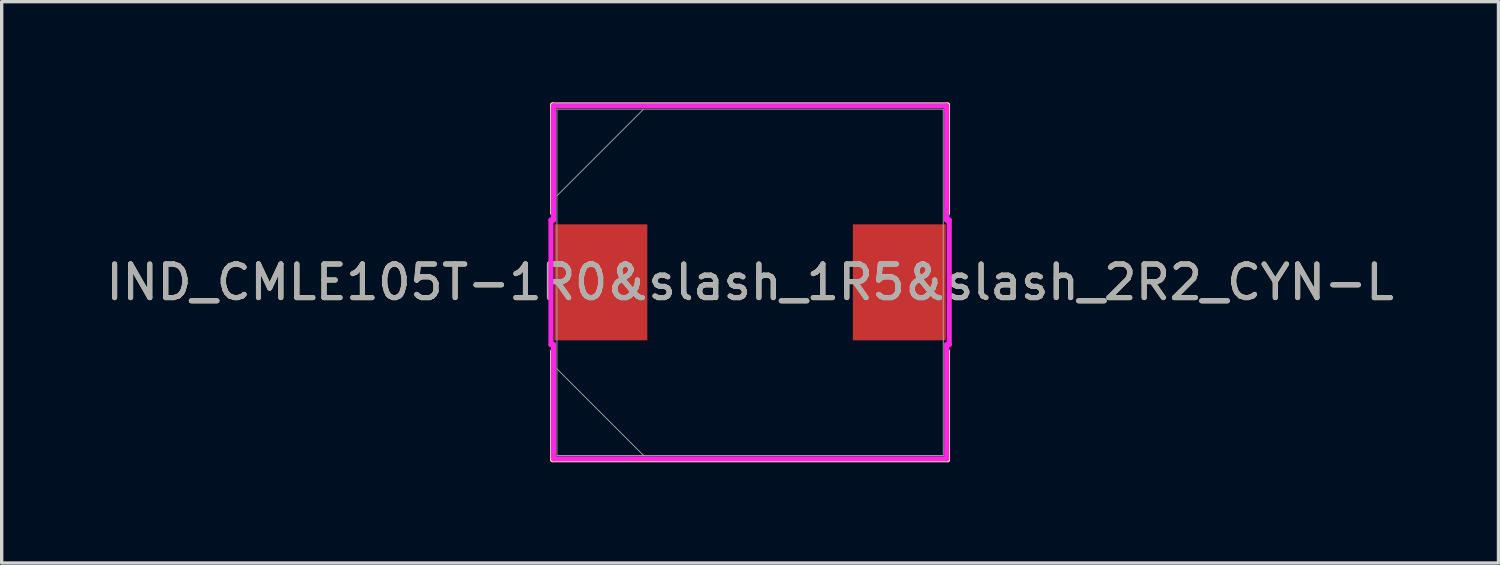
<source format=kicad_pcb>
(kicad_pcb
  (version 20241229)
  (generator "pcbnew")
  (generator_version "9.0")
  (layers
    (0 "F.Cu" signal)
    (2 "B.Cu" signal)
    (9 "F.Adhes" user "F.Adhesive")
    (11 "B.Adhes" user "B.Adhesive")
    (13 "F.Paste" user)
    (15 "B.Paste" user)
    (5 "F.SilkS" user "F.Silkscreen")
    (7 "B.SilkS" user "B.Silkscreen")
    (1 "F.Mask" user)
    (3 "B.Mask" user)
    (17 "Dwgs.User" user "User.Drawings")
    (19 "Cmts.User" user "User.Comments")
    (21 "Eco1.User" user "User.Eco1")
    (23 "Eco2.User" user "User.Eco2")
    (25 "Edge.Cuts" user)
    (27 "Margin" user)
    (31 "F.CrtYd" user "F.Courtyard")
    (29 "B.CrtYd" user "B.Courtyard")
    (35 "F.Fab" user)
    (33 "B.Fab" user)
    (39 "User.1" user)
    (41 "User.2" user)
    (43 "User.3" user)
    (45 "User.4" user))
  (footprint "IND_CMLE105T-1R0&slash_1R5&slash_2R2_CYN-L"
    (layer "F.Cu")
    (at 19.292 5.359)
    (property "Reference" "IND_CMLE105T-1R0&slash_1R5&slash_2R2_CYN-L" (at 0 0 0) (unlocked yes) (layer "F.SilkS") (effects (font (size 1 1) (thickness 0.15))))
    (attr smd)
    (fp_line (start -5.88 -5.283) (end -5.88 -2.056) (stroke (width 0.152) (type solid)) (layer "F.SilkS"))
    (fp_line (start -5.88 2.056) (end -5.88 5.283) (stroke (width 0.152) (type solid)) (layer "F.SilkS"))
    (fp_line (start -5.88 5.283) (end 5.88 5.283) (stroke (width 0.152) (type solid)) (layer "F.SilkS"))
    (fp_line (start 5.88 -5.283) (end -5.88 -5.283) (stroke (width 0.152) (type solid)) (layer "F.SilkS"))
    (fp_line (start 5.88 -2.056) (end 5.88 -5.283) (stroke (width 0.152) (type solid)) (layer "F.SilkS"))
    (fp_line (start 5.88 5.283) (end 5.88 2.056) (stroke (width 0.152) (type solid)) (layer "F.SilkS"))
    (fp_line (start -5.931 -1.854) (end -5.855 -1.854) (stroke (width 0.152) (type solid)) (layer "F.CrtYd"))
    (fp_line (start -5.931 1.854) (end -5.931 -1.854) (stroke (width 0.152) (type solid)) (layer "F.CrtYd"))
    (fp_line (start -5.855 -5.258) (end 5.855 -5.258) (stroke (width 0.152) (type solid)) (layer "F.CrtYd"))
    (fp_line (start -5.855 -1.854) (end -5.855 -5.258) (stroke (width 0.152) (type solid)) (layer "F.CrtYd"))
    (fp_line (start -5.855 1.854) (end -5.931 1.854) (stroke (width 0.152) (type solid)) (layer "F.CrtYd"))
    (fp_line (start -5.855 1.854) (end -5.855 5.258) (stroke (width 0.152) (type solid)) (layer "F.CrtYd"))
    (fp_line (start -5.855 5.258) (end 5.855 5.258) (stroke (width 0.152) (type solid)) (layer "F.CrtYd"))
    (fp_line (start 5.855 -5.258) (end 5.855 -1.854) (stroke (width 0.152) (type solid)) (layer "F.CrtYd"))
    (fp_line (start 5.855 -1.854) (end 5.931 -1.854) (stroke (width 0.152) (type solid)) (layer "F.CrtYd"))
    (fp_line (start 5.855 1.854) (end 5.931 1.854) (stroke (width 0.152) (type solid)) (layer "F.CrtYd"))
    (fp_line (start 5.855 5.258) (end 5.855 1.854) (stroke (width 0.152) (type solid)) (layer "F.CrtYd"))
    (fp_line (start 5.931 -1.854) (end 5.931 1.854) (stroke (width 0.152) (type solid)) (layer "F.CrtYd"))
    (fp_line (start -5.753 -5.156) (end -5.753 5.156) (stroke (width 0.025) (type solid)) (layer "F.Fab"))
    (fp_line (start -5.753 -2.578) (end -3.175 -5.156) (stroke (width 0.025) (type solid)) (layer "F.Fab"))
    (fp_line (start -5.753 2.578) (end -3.175 5.156) (stroke (width 0.025) (type solid)) (layer "F.Fab"))
    (fp_line (start -5.753 5.156) (end 5.753 5.156) (stroke (width 0.025) (type solid)) (layer "F.Fab"))
    (fp_line (start 5.753 -5.156) (end -5.753 -5.156) (stroke (width 0.025) (type solid)) (layer "F.Fab"))
    (fp_line (start 5.753 5.156) (end 5.753 -5.156) (stroke (width 0.025) (type solid)) (layer "F.Fab"))
    (fp_text user "${REFERENCE}" (at 0 0 0) (unlocked yes) (layer "F.Fab") (effects (font (size 1 1) (thickness 0.15))))
    (pad "1" smd rect (at -4.445 0 90) (size 3.454 2.769) (layers "F.Cu" "F.Mask" "F.Paste"))
    (pad "2" smd rect (at 4.445 0 90) (size 3.454 2.769) (layers "F.Cu" "F.Mask" "F.Paste")))
  (gr_rect
    (start -3 -3)
    (end 41.583 13.719)
    (stroke (width 0.1) (type default))
    (fill no)
    (layer "Edge.Cuts")))
</source>
